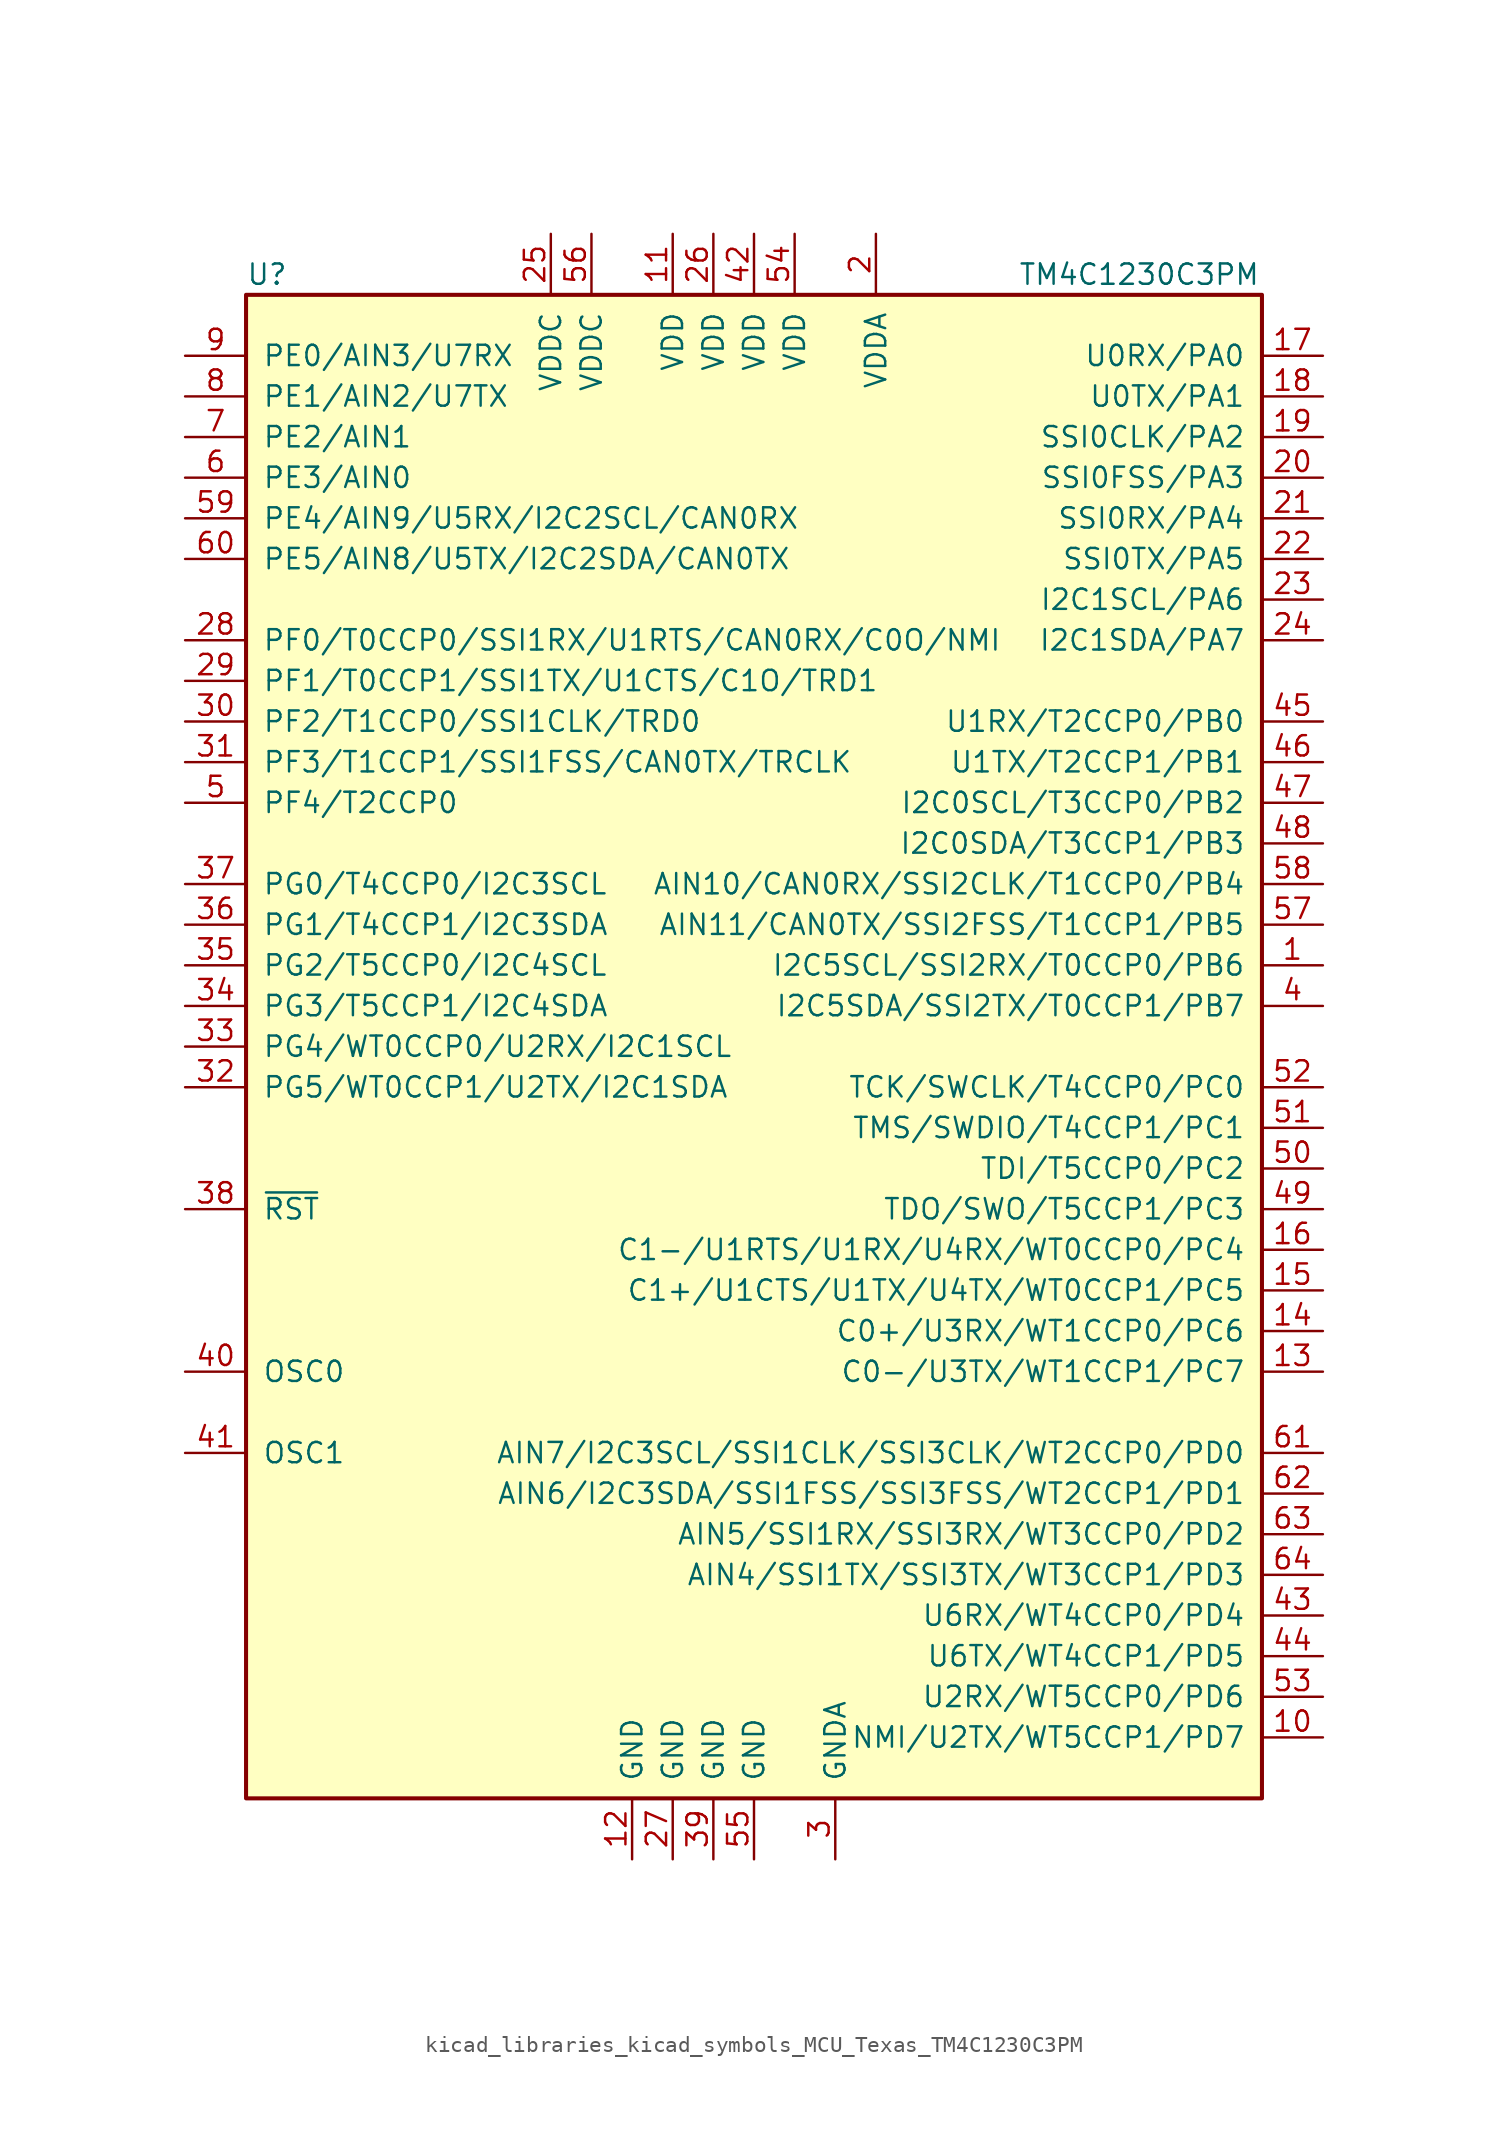
<source format=kicad_sym>
(kicad_symbol_lib
  (version 20220914)
  (generator kicad_symbol_editor)
  (symbol "kicad_libraries_kicad_symbols_MCU_Texas_TM4C1230C3PM"
    (pin_names
      (offset 1.016))
    (property "Reference" "U"
      (at -31.75 48.26 0)
      (effects (font (size 1.27 1.27)) (justify left)))
    (property "Value" "TM4C1230C3PM"
      (at 16.51 48.26 0)
      (effects (font (size 1.27 1.27)) (justify left)))
    (symbol "kicad_libraries_kicad_symbols_MCU_Texas_TM4C1230C3PM_0_1"
      (rectangle (start -31.75 46.99) (end 31.75 -46.99) (stroke (width 0.254) (type default)) (fill (type background))))
    (symbol "kicad_libraries_kicad_symbols_MCU_Texas_TM4C1230C3PM_1_1"
      (pin bidirectional line (at 35.56 5.08 180) (length 3.81) (name "I2C5SCL/SSI2RX/T0CCP0/PB6" (effects (font (size 1.27 1.27)))) (number "1" (effects (font (size 1.27 1.27)))))
      (pin bidirectional line (at 35.56 -43.18 180) (length 3.81) (name "NMI/U2TX/WT5CCP1/PD7" (effects (font (size 1.27 1.27)))) (number "10" (effects (font (size 1.27 1.27)))))
      (pin power_in line (at -5.08 50.8 270) (length 3.81) (name "VDD" (effects (font (size 1.27 1.27)))) (number "11" (effects (font (size 1.27 1.27)))))
      (pin power_in line (at -7.62 -50.8 90) (length 3.81) (name "GND" (effects (font (size 1.27 1.27)))) (number "12" (effects (font (size 1.27 1.27)))))
      (pin bidirectional line (at 35.56 -20.32 180) (length 3.81) (name "C0-/U3TX/WT1CCP1/PC7" (effects (font (size 1.27 1.27)))) (number "13" (effects (font (size 1.27 1.27)))))
      (pin bidirectional line (at 35.56 -17.78 180) (length 3.81) (name "C0+/U3RX/WT1CCP0/PC6" (effects (font (size 1.27 1.27)))) (number "14" (effects (font (size 1.27 1.27)))))
      (pin bidirectional line (at 35.56 -15.24 180) (length 3.81) (name "C1+/U1CTS/U1TX/U4TX/WT0CCP1/PC5" (effects (font (size 1.27 1.27)))) (number "15" (effects (font (size 1.27 1.27)))))
      (pin bidirectional line (at 35.56 -12.7 180) (length 3.81) (name "C1-/U1RTS/U1RX/U4RX/WT0CCP0/PC4" (effects (font (size 1.27 1.27)))) (number "16" (effects (font (size 1.27 1.27)))))
      (pin bidirectional line (at 35.56 43.18 180) (length 3.81) (name "U0RX/PA0" (effects (font (size 1.27 1.27)))) (number "17" (effects (font (size 1.27 1.27)))))
      (pin bidirectional line (at 35.56 40.64 180) (length 3.81) (name "U0TX/PA1" (effects (font (size 1.27 1.27)))) (number "18" (effects (font (size 1.27 1.27)))))
      (pin bidirectional line (at 35.56 38.1 180) (length 3.81) (name "SSI0CLK/PA2" (effects (font (size 1.27 1.27)))) (number "19" (effects (font (size 1.27 1.27)))))
      (pin power_in line (at 7.62 50.8 270) (length 3.81) (name "VDDA" (effects (font (size 1.27 1.27)))) (number "2" (effects (font (size 1.27 1.27)))))
      (pin bidirectional line (at 35.56 35.56 180) (length 3.81) (name "SSI0FSS/PA3" (effects (font (size 1.27 1.27)))) (number "20" (effects (font (size 1.27 1.27)))))
      (pin bidirectional line (at 35.56 33.02 180) (length 3.81) (name "SSI0RX/PA4" (effects (font (size 1.27 1.27)))) (number "21" (effects (font (size 1.27 1.27)))))
      (pin bidirectional line (at 35.56 30.48 180) (length 3.81) (name "SSI0TX/PA5" (effects (font (size 1.27 1.27)))) (number "22" (effects (font (size 1.27 1.27)))))
      (pin bidirectional line (at 35.56 27.94 180) (length 3.81) (name "I2C1SCL/PA6" (effects (font (size 1.27 1.27)))) (number "23" (effects (font (size 1.27 1.27)))))
      (pin bidirectional line (at 35.56 25.4 180) (length 3.81) (name "I2C1SDA/PA7" (effects (font (size 1.27 1.27)))) (number "24" (effects (font (size 1.27 1.27)))))
      (pin power_in line (at -12.7 50.8 270) (length 3.81) (name "VDDC" (effects (font (size 1.27 1.27)))) (number "25" (effects (font (size 1.27 1.27)))))
      (pin power_in line (at -2.54 50.8 270) (length 3.81) (name "VDD" (effects (font (size 1.27 1.27)))) (number "26" (effects (font (size 1.27 1.27)))))
      (pin power_in line (at -5.08 -50.8 90) (length 3.81) (name "GND" (effects (font (size 1.27 1.27)))) (number "27" (effects (font (size 1.27 1.27)))))
      (pin bidirectional line (at -35.56 25.4 0) (length 3.81) (name "PF0/T0CCP0/SSI1RX/U1RTS/CAN0RX/C0O/NMI" (effects (font (size 1.27 1.27)))) (number "28" (effects (font (size 1.27 1.27)))))
      (pin bidirectional line (at -35.56 22.86 0) (length 3.81) (name "PF1/T0CCP1/SSI1TX/U1CTS/C1O/TRD1" (effects (font (size 1.27 1.27)))) (number "29" (effects (font (size 1.27 1.27)))))
      (pin power_in line (at 5.08 -50.8 90) (length 3.81) (name "GNDA" (effects (font (size 1.27 1.27)))) (number "3" (effects (font (size 1.27 1.27)))))
      (pin bidirectional line (at -35.56 20.32 0) (length 3.81) (name "PF2/T1CCP0/SSI1CLK/TRD0" (effects (font (size 1.27 1.27)))) (number "30" (effects (font (size 1.27 1.27)))))
      (pin bidirectional line (at -35.56 17.78 0) (length 3.81) (name "PF3/T1CCP1/SSI1FSS/CAN0TX/TRCLK" (effects (font (size 1.27 1.27)))) (number "31" (effects (font (size 1.27 1.27)))))
      (pin bidirectional line (at -35.56 -2.54 0) (length 3.81) (name "PG5/WT0CCP1/U2TX/I2C1SDA" (effects (font (size 1.27 1.27)))) (number "32" (effects (font (size 1.27 1.27)))))
      (pin bidirectional line (at -35.56 0 0) (length 3.81) (name "PG4/WT0CCP0/U2RX/I2C1SCL" (effects (font (size 1.27 1.27)))) (number "33" (effects (font (size 1.27 1.27)))))
      (pin bidirectional line (at -35.56 2.54 0) (length 3.81) (name "PG3/T5CCP1/I2C4SDA" (effects (font (size 1.27 1.27)))) (number "34" (effects (font (size 1.27 1.27)))))
      (pin bidirectional line (at -35.56 5.08 0) (length 3.81) (name "PG2/T5CCP0/I2C4SCL" (effects (font (size 1.27 1.27)))) (number "35" (effects (font (size 1.27 1.27)))))
      (pin bidirectional line (at -35.56 7.62 0) (length 3.81) (name "PG1/T4CCP1/I2C3SDA" (effects (font (size 1.27 1.27)))) (number "36" (effects (font (size 1.27 1.27)))))
      (pin bidirectional line (at -35.56 10.16 0) (length 3.81) (name "PG0/T4CCP0/I2C3SCL" (effects (font (size 1.27 1.27)))) (number "37" (effects (font (size 1.27 1.27)))))
      (pin input line (at -35.56 -10.16 0) (length 3.81) (name "~{RST}" (effects (font (size 1.27 1.27)))) (number "38" (effects (font (size 1.27 1.27)))))
      (pin power_in line (at -2.54 -50.8 90) (length 3.81) (name "GND" (effects (font (size 1.27 1.27)))) (number "39" (effects (font (size 1.27 1.27)))))
      (pin bidirectional line (at 35.56 2.54 180) (length 3.81) (name "I2C5SDA/SSI2TX/T0CCP1/PB7" (effects (font (size 1.27 1.27)))) (number "4" (effects (font (size 1.27 1.27)))))
      (pin passive line (at -35.56 -20.32 0) (length 3.81) (name "OSC0" (effects (font (size 1.27 1.27)))) (number "40" (effects (font (size 1.27 1.27)))))
      (pin passive line (at -35.56 -25.4 0) (length 3.81) (name "OSC1" (effects (font (size 1.27 1.27)))) (number "41" (effects (font (size 1.27 1.27)))))
      (pin power_in line (at 0 50.8 270) (length 3.81) (name "VDD" (effects (font (size 1.27 1.27)))) (number "42" (effects (font (size 1.27 1.27)))))
      (pin bidirectional line (at 35.56 -35.56 180) (length 3.81) (name "U6RX/WT4CCP0/PD4" (effects (font (size 1.27 1.27)))) (number "43" (effects (font (size 1.27 1.27)))))
      (pin bidirectional line (at 35.56 -38.1 180) (length 3.81) (name "U6TX/WT4CCP1/PD5" (effects (font (size 1.27 1.27)))) (number "44" (effects (font (size 1.27 1.27)))))
      (pin bidirectional line (at 35.56 20.32 180) (length 3.81) (name "U1RX/T2CCP0/PB0" (effects (font (size 1.27 1.27)))) (number "45" (effects (font (size 1.27 1.27)))))
      (pin bidirectional line (at 35.56 17.78 180) (length 3.81) (name "U1TX/T2CCP1/PB1" (effects (font (size 1.27 1.27)))) (number "46" (effects (font (size 1.27 1.27)))))
      (pin bidirectional line (at 35.56 15.24 180) (length 3.81) (name "I2C0SCL/T3CCP0/PB2" (effects (font (size 1.27 1.27)))) (number "47" (effects (font (size 1.27 1.27)))))
      (pin bidirectional line (at 35.56 12.7 180) (length 3.81) (name "I2C0SDA/T3CCP1/PB3" (effects (font (size 1.27 1.27)))) (number "48" (effects (font (size 1.27 1.27)))))
      (pin bidirectional line (at 35.56 -10.16 180) (length 3.81) (name "TDO/SWO/T5CCP1/PC3" (effects (font (size 1.27 1.27)))) (number "49" (effects (font (size 1.27 1.27)))))
      (pin bidirectional line (at -35.56 15.24 0) (length 3.81) (name "PF4/T2CCP0" (effects (font (size 1.27 1.27)))) (number "5" (effects (font (size 1.27 1.27)))))
      (pin bidirectional line (at 35.56 -7.62 180) (length 3.81) (name "TDI/T5CCP0/PC2" (effects (font (size 1.27 1.27)))) (number "50" (effects (font (size 1.27 1.27)))))
      (pin bidirectional line (at 35.56 -5.08 180) (length 3.81) (name "TMS/SWDIO/T4CCP1/PC1" (effects (font (size 1.27 1.27)))) (number "51" (effects (font (size 1.27 1.27)))))
      (pin bidirectional line (at 35.56 -2.54 180) (length 3.81) (name "TCK/SWCLK/T4CCP0/PC0" (effects (font (size 1.27 1.27)))) (number "52" (effects (font (size 1.27 1.27)))))
      (pin bidirectional line (at 35.56 -40.64 180) (length 3.81) (name "U2RX/WT5CCP0/PD6" (effects (font (size 1.27 1.27)))) (number "53" (effects (font (size 1.27 1.27)))))
      (pin power_in line (at 2.54 50.8 270) (length 3.81) (name "VDD" (effects (font (size 1.27 1.27)))) (number "54" (effects (font (size 1.27 1.27)))))
      (pin power_in line (at 0 -50.8 90) (length 3.81) (name "GND" (effects (font (size 1.27 1.27)))) (number "55" (effects (font (size 1.27 1.27)))))
      (pin power_in line (at -10.16 50.8 270) (length 3.81) (name "VDDC" (effects (font (size 1.27 1.27)))) (number "56" (effects (font (size 1.27 1.27)))))
      (pin bidirectional line (at 35.56 7.62 180) (length 3.81) (name "AIN11/CAN0TX/SSI2FSS/T1CCP1/PB5" (effects (font (size 1.27 1.27)))) (number "57" (effects (font (size 1.27 1.27)))))
      (pin bidirectional line (at 35.56 10.16 180) (length 3.81) (name "AIN10/CAN0RX/SSI2CLK/T1CCP0/PB4" (effects (font (size 1.27 1.27)))) (number "58" (effects (font (size 1.27 1.27)))))
      (pin bidirectional line (at -35.56 33.02 0) (length 3.81) (name "PE4/AIN9/U5RX/I2C2SCL/CAN0RX" (effects (font (size 1.27 1.27)))) (number "59" (effects (font (size 1.27 1.27)))))
      (pin bidirectional line (at -35.56 35.56 0) (length 3.81) (name "PE3/AIN0" (effects (font (size 1.27 1.27)))) (number "6" (effects (font (size 1.27 1.27)))))
      (pin bidirectional line (at -35.56 30.48 0) (length 3.81) (name "PE5/AIN8/U5TX/I2C2SDA/CAN0TX" (effects (font (size 1.27 1.27)))) (number "60" (effects (font (size 1.27 1.27)))))
      (pin bidirectional line (at 35.56 -25.4 180) (length 3.81) (name "AIN7/I2C3SCL/SSI1CLK/SSI3CLK/WT2CCP0/PD0" (effects (font (size 1.27 1.27)))) (number "61" (effects (font (size 1.27 1.27)))))
      (pin bidirectional line (at 35.56 -27.94 180) (length 3.81) (name "AIN6/I2C3SDA/SSI1FSS/SSI3FSS/WT2CCP1/PD1" (effects (font (size 1.27 1.27)))) (number "62" (effects (font (size 1.27 1.27)))))
      (pin bidirectional line (at 35.56 -30.48 180) (length 3.81) (name "AIN5/SSI1RX/SSI3RX/WT3CCP0/PD2" (effects (font (size 1.27 1.27)))) (number "63" (effects (font (size 1.27 1.27)))))
      (pin bidirectional line (at 35.56 -33.02 180) (length 3.81) (name "AIN4/SSI1TX/SSI3TX/WT3CCP1/PD3" (effects (font (size 1.27 1.27)))) (number "64" (effects (font (size 1.27 1.27)))))
      (pin bidirectional line (at -35.56 38.1 0) (length 3.81) (name "PE2/AIN1" (effects (font (size 1.27 1.27)))) (number "7" (effects (font (size 1.27 1.27)))))
      (pin bidirectional line (at -35.56 40.64 0) (length 3.81) (name "PE1/AIN2/U7TX" (effects (font (size 1.27 1.27)))) (number "8" (effects (font (size 1.27 1.27)))))
      (pin bidirectional line (at -35.56 43.18 0) (length 3.81) (name "PE0/AIN3/U7RX" (effects (font (size 1.27 1.27)))) (number "9" (effects (font (size 1.27 1.27))))))))
</source>
